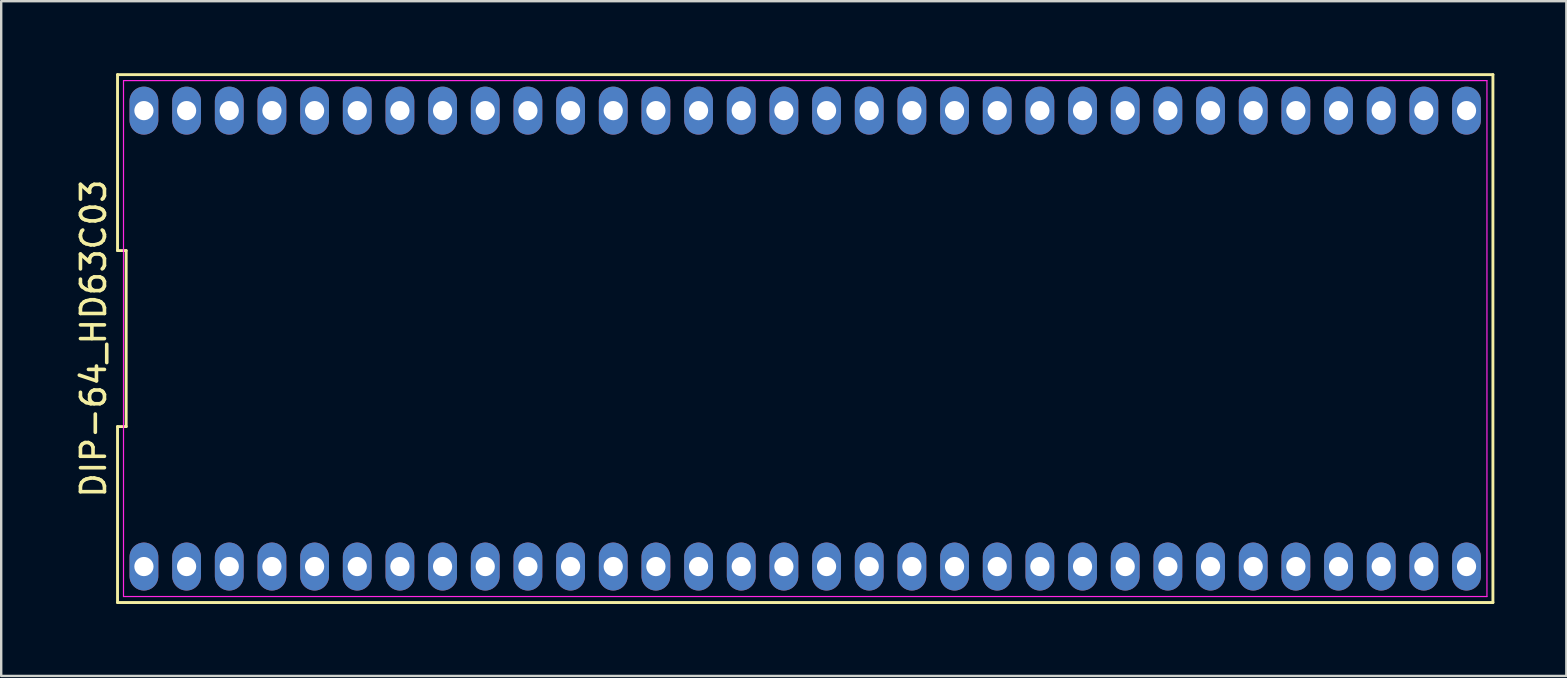
<source format=kicad_pcb>
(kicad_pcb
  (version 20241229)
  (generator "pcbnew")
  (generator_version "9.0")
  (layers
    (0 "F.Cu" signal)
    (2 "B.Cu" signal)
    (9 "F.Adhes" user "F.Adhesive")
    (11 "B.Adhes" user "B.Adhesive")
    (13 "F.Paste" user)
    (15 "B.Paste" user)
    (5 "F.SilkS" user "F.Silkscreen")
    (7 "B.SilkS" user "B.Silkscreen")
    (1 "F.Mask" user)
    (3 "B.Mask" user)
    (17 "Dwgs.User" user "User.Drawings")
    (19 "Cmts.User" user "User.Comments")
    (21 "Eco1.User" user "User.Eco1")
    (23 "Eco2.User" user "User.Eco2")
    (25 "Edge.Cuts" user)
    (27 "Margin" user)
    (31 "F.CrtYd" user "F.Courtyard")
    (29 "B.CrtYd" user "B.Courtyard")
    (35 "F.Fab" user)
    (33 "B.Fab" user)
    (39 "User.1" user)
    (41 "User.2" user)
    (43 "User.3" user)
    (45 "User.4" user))
  (footprint "DIP-64_HD63C03"
    (layer "F.Cu")
    (at 30.507 11.06)
    (property "Reference" "DIP-64_HD63C03" (at -29.659 0 90) (layer "F.SilkS") (effects (font (size 1 1) (thickness 0.15))))
    (fp_line (start -28.659 -11) (end -28.659 -3.667) (stroke (width 0.12) (type solid)) (layer "F.SilkS"))
    (fp_line (start -28.659 -3.667) (end -28.299 -3.667) (stroke (width 0.12) (type solid)) (layer "F.SilkS"))
    (fp_line (start -28.659 3.667) (end -28.659 11) (stroke (width 0.12) (type solid)) (layer "F.SilkS"))
    (fp_line (start -28.659 11) (end 28.659 11) (stroke (width 0.12) (type solid)) (layer "F.SilkS"))
    (fp_line (start -28.299 -3.667) (end -28.299 3.667) (stroke (width 0.12) (type solid)) (layer "F.SilkS"))
    (fp_line (start -28.299 3.667) (end -28.659 3.667) (stroke (width 0.12) (type solid)) (layer "F.SilkS"))
    (fp_line (start 28.659 -11) (end -28.659 -11) (stroke (width 0.12) (type solid)) (layer "F.SilkS"))
    (fp_line (start 28.659 11) (end 28.659 -11) (stroke (width 0.12) (type solid)) (layer "F.SilkS"))
    (fp_line (start -28.41 -10.75) (end 28.41 -10.75) (stroke (width 0.05) (type solid)) (layer "F.CrtYd"))
    (fp_line (start -28.41 10.75) (end -28.41 -10.75) (stroke (width 0.05) (type solid)) (layer "F.CrtYd"))
    (fp_line (start 28.41 -10.75) (end 28.41 10.75) (stroke (width 0.05) (type solid)) (layer "F.CrtYd"))
    (fp_line (start 28.41 10.75) (end -28.41 10.75) (stroke (width 0.05) (type solid)) (layer "F.CrtYd"))
    (pad "1" thru_hole oval (at -27.559 9.5) (size 1.2 2) (drill 0.8) (layers "*.Cu" "*.Mask"))
    (pad "2" thru_hole oval (at -25.781 9.5) (size 1.2 2) (drill 0.8) (layers "*.Cu" "*.Mask"))
    (pad "3" thru_hole oval (at -24.003 9.5) (size 1.2 2) (drill 0.8) (layers "*.Cu" "*.Mask"))
    (pad "4" thru_hole oval (at -22.225 9.5) (size 1.2 2) (drill 0.8) (layers "*.Cu" "*.Mask"))
    (pad "5" thru_hole oval (at -20.447 9.5) (size 1.2 2) (drill 0.8) (layers "*.Cu" "*.Mask"))
    (pad "6" thru_hole oval (at -18.669 9.5) (size 1.2 2) (drill 0.8) (layers "*.Cu" "*.Mask"))
    (pad "7" thru_hole oval (at -16.891 9.5) (size 1.2 2) (drill 0.8) (layers "*.Cu" "*.Mask"))
    (pad "8" thru_hole oval (at -15.113 9.5) (size 1.2 2) (drill 0.8) (layers "*.Cu" "*.Mask"))
    (pad "9" thru_hole oval (at -13.335 9.5) (size 1.2 2) (drill 0.8) (layers "*.Cu" "*.Mask"))
    (pad "10" thru_hole oval (at -11.557 9.5) (size 1.2 2) (drill 0.8) (layers "*.Cu" "*.Mask"))
    (pad "11" thru_hole oval (at -9.779 9.5) (size 1.2 2) (drill 0.8) (layers "*.Cu" "*.Mask"))
    (pad "12" thru_hole oval (at -8.001 9.5) (size 1.2 2) (drill 0.8) (layers "*.Cu" "*.Mask"))
    (pad "13" thru_hole oval (at -6.223 9.5) (size 1.2 2) (drill 0.8) (layers "*.Cu" "*.Mask"))
    (pad "14" thru_hole oval (at -4.445 9.5) (size 1.2 2) (drill 0.8) (layers "*.Cu" "*.Mask"))
    (pad "15" thru_hole oval (at -2.667 9.5) (size 1.2 2) (drill 0.8) (layers "*.Cu" "*.Mask"))
    (pad "16" thru_hole oval (at -0.889 9.5) (size 1.2 2) (drill 0.8) (layers "*.Cu" "*.Mask"))
    (pad "17" thru_hole oval (at 0.889 9.5) (size 1.2 2) (drill 0.8) (layers "*.Cu" "*.Mask"))
    (pad "18" thru_hole oval (at 2.667 9.5) (size 1.2 2) (drill 0.8) (layers "*.Cu" "*.Mask"))
    (pad "19" thru_hole oval (at 4.445 9.5) (size 1.2 2) (drill 0.8) (layers "*.Cu" "*.Mask"))
    (pad "20" thru_hole oval (at 6.223 9.5) (size 1.2 2) (drill 0.8) (layers "*.Cu" "*.Mask"))
    (pad "21" thru_hole oval (at 8.001 9.5) (size 1.2 2) (drill 0.8) (layers "*.Cu" "*.Mask"))
    (pad "22" thru_hole oval (at 9.779 9.5) (size 1.2 2) (drill 0.8) (layers "*.Cu" "*.Mask"))
    (pad "23" thru_hole oval (at 11.557 9.5) (size 1.2 2) (drill 0.8) (layers "*.Cu" "*.Mask"))
    (pad "24" thru_hole oval (at 13.335 9.5) (size 1.2 2) (drill 0.8) (layers "*.Cu" "*.Mask"))
    (pad "25" thru_hole oval (at 15.113 9.5) (size 1.2 2) (drill 0.8) (layers "*.Cu" "*.Mask"))
    (pad "26" thru_hole oval (at 16.891 9.5) (size 1.2 2) (drill 0.8) (layers "*.Cu" "*.Mask"))
    (pad "27" thru_hole oval (at 18.669 9.5) (size 1.2 2) (drill 0.8) (layers "*.Cu" "*.Mask"))
    (pad "28" thru_hole oval (at 20.447 9.5) (size 1.2 2) (drill 0.8) (layers "*.Cu" "*.Mask"))
    (pad "29" thru_hole oval (at 22.225 9.5) (size 1.2 2) (drill 0.8) (layers "*.Cu" "*.Mask"))
    (pad "30" thru_hole oval (at 24.003 9.5) (size 1.2 2) (drill 0.8) (layers "*.Cu" "*.Mask"))
    (pad "31" thru_hole oval (at 25.781 9.5) (size 1.2 2) (drill 0.8) (layers "*.Cu" "*.Mask"))
    (pad "32" thru_hole oval (at 27.559 9.5) (size 1.2 2) (drill 0.8) (layers "*.Cu" "*.Mask"))
    (pad "33" thru_hole oval (at 27.559 -9.5) (size 1.2 2) (drill 0.8) (layers "*.Cu" "*.Mask"))
    (pad "34" thru_hole oval (at 25.781 -9.5) (size 1.2 2) (drill 0.8) (layers "*.Cu" "*.Mask"))
    (pad "35" thru_hole oval (at 24.003 -9.5) (size 1.2 2) (drill 0.8) (layers "*.Cu" "*.Mask"))
    (pad "36" thru_hole oval (at 22.225 -9.5) (size 1.2 2) (drill 0.8) (layers "*.Cu" "*.Mask"))
    (pad "37" thru_hole oval (at 20.447 -9.5) (size 1.2 2) (drill 0.8) (layers "*.Cu" "*.Mask"))
    (pad "38" thru_hole oval (at 18.669 -9.5) (size 1.2 2) (drill 0.8) (layers "*.Cu" "*.Mask"))
    (pad "39" thru_hole oval (at 16.891 -9.5) (size 1.2 2) (drill 0.8) (layers "*.Cu" "*.Mask"))
    (pad "40" thru_hole oval (at 15.113 -9.5) (size 1.2 2) (drill 0.8) (layers "*.Cu" "*.Mask"))
    (pad "41" thru_hole oval (at 13.335 -9.5) (size 1.2 2) (drill 0.8) (layers "*.Cu" "*.Mask"))
    (pad "42" thru_hole oval (at 11.557 -9.5) (size 1.2 2) (drill 0.8) (layers "*.Cu" "*.Mask"))
    (pad "43" thru_hole oval (at 9.779 -9.5) (size 1.2 2) (drill 0.8) (layers "*.Cu" "*.Mask"))
    (pad "44" thru_hole oval (at 8.001 -9.5) (size 1.2 2) (drill 0.8) (layers "*.Cu" "*.Mask"))
    (pad "45" thru_hole oval (at 6.223 -9.5) (size 1.2 2) (drill 0.8) (layers "*.Cu" "*.Mask"))
    (pad "46" thru_hole oval (at 4.445 -9.5) (size 1.2 2) (drill 0.8) (layers "*.Cu" "*.Mask"))
    (pad "47" thru_hole oval (at 2.667 -9.5) (size 1.2 2) (drill 0.8) (layers "*.Cu" "*.Mask"))
    (pad "48" thru_hole oval (at 0.889 -9.5) (size 1.2 2) (drill 0.8) (layers "*.Cu" "*.Mask"))
    (pad "49" thru_hole oval (at -0.889 -9.5) (size 1.2 2) (drill 0.8) (layers "*.Cu" "*.Mask"))
    (pad "50" thru_hole oval (at -2.667 -9.5) (size 1.2 2) (drill 0.8) (layers "*.Cu" "*.Mask"))
    (pad "51" thru_hole oval (at -4.445 -9.5) (size 1.2 2) (drill 0.8) (layers "*.Cu" "*.Mask"))
    (pad "52" thru_hole oval (at -6.223 -9.5) (size 1.2 2) (drill 0.8) (layers "*.Cu" "*.Mask"))
    (pad "53" thru_hole oval (at -8.001 -9.5) (size 1.2 2) (drill 0.8) (layers "*.Cu" "*.Mask"))
    (pad "54" thru_hole oval (at -9.779 -9.5) (size 1.2 2) (drill 0.8) (layers "*.Cu" "*.Mask"))
    (pad "55" thru_hole oval (at -11.557 -9.5) (size 1.2 2) (drill 0.8) (layers "*.Cu" "*.Mask"))
    (pad "56" thru_hole oval (at -13.335 -9.5) (size 1.2 2) (drill 0.8) (layers "*.Cu" "*.Mask"))
    (pad "57" thru_hole oval (at -15.113 -9.5) (size 1.2 2) (drill 0.8) (layers "*.Cu" "*.Mask"))
    (pad "58" thru_hole oval (at -16.891 -9.5) (size 1.2 2) (drill 0.8) (layers "*.Cu" "*.Mask"))
    (pad "59" thru_hole oval (at -18.669 -9.5) (size 1.2 2) (drill 0.8) (layers "*.Cu" "*.Mask"))
    (pad "60" thru_hole oval (at -20.447 -9.5) (size 1.2 2) (drill 0.8) (layers "*.Cu" "*.Mask"))
    (pad "61" thru_hole oval (at -22.225 -9.5) (size 1.2 2) (drill 0.8) (layers "*.Cu" "*.Mask"))
    (pad "62" thru_hole oval (at -24.003 -9.5) (size 1.2 2) (drill 0.8) (layers "*.Cu" "*.Mask"))
    (pad "63" thru_hole oval (at -25.781 -9.5) (size 1.2 2) (drill 0.8) (layers "*.Cu" "*.Mask"))
    (pad "64" thru_hole oval (at -27.559 -9.5) (size 1.2 2) (drill 0.8) (layers "*.Cu" "*.Mask")))
  (gr_rect
    (start -3 -3)
    (end 62.226 25.12)
    (stroke (width 0.1) (type default))
    (fill no)
    (layer "Edge.Cuts")))
</source>
